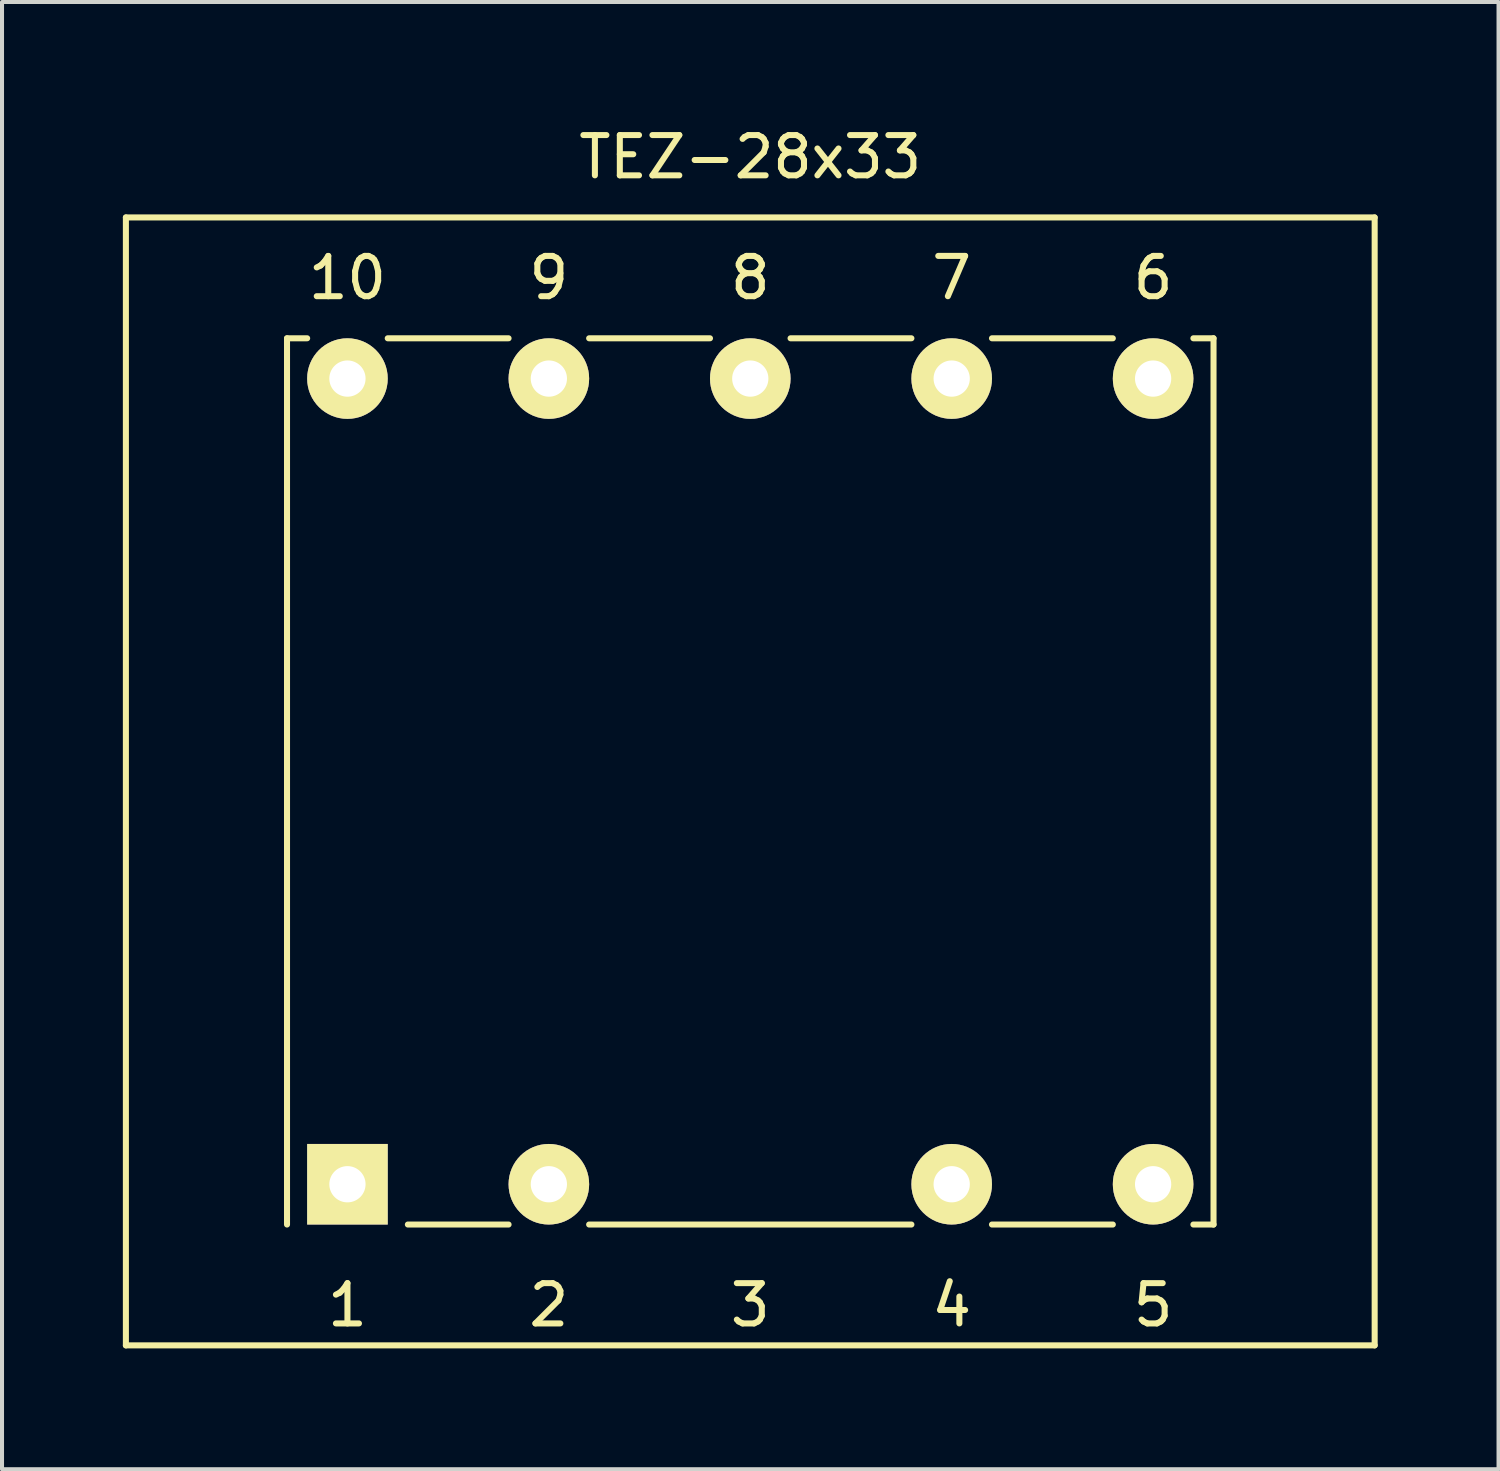
<source format=kicad_pcb>
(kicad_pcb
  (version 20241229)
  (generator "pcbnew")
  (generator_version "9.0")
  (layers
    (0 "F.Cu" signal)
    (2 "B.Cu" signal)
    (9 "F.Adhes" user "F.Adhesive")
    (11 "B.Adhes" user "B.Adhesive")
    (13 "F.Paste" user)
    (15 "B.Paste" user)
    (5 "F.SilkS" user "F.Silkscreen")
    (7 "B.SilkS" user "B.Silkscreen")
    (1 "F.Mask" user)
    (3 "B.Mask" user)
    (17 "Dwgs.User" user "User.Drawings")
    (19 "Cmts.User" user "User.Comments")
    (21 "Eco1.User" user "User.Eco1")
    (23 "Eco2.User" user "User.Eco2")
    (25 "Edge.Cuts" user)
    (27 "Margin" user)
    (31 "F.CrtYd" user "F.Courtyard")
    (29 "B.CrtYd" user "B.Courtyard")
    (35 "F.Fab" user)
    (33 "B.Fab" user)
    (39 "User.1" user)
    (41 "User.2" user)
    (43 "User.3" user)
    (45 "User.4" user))
  (footprint "TEZ-28x33"
    (layer "F.Cu")
    (at 15.575 16.348)
    (property "Reference" "TEZ-28x33" (at 0 -15.5 0) (layer "F.SilkS") (effects (font (size 1 1) (thickness 0.15))))
    (attr through_hole)
    (fp_line (start -15.5 -14) (end 15.5 -14) (stroke (width 0.15) (type solid)) (layer "F.SilkS"))
    (fp_line (start -15.5 14) (end -15.5 -14) (stroke (width 0.15) (type solid)) (layer "F.SilkS"))
    (fp_line (start -11.5 -11) (end -11.5 11) (stroke (width 0.15) (type solid)) (layer "F.SilkS"))
    (fp_line (start -11 -11) (end -11.5 -11) (stroke (width 0.15) (type solid)) (layer "F.SilkS"))
    (fp_line (start -8.5 11) (end -6 11) (stroke (width 0.15) (type solid)) (layer "F.SilkS"))
    (fp_line (start -6 -11) (end -9 -11) (stroke (width 0.15) (type solid)) (layer "F.SilkS"))
    (fp_line (start -4 11) (end 4 11) (stroke (width 0.15) (type solid)) (layer "F.SilkS"))
    (fp_line (start -1 -11) (end -4 -11) (stroke (width 0.15) (type solid)) (layer "F.SilkS"))
    (fp_line (start 4 -11) (end 1 -11) (stroke (width 0.15) (type solid)) (layer "F.SilkS"))
    (fp_line (start 6 11) (end 9 11) (stroke (width 0.15) (type solid)) (layer "F.SilkS"))
    (fp_line (start 9 -11) (end 6 -11) (stroke (width 0.15) (type solid)) (layer "F.SilkS"))
    (fp_line (start 11 11) (end 11.5 11) (stroke (width 0.15) (type solid)) (layer "F.SilkS"))
    (fp_line (start 11.5 -11) (end 11 -11) (stroke (width 0.15) (type solid)) (layer "F.SilkS"))
    (fp_line (start 11.5 11) (end 11.5 -11) (stroke (width 0.15) (type solid)) (layer "F.SilkS"))
    (fp_line (start 15.5 -14) (end 15.5 14) (stroke (width 0.15) (type solid)) (layer "F.SilkS"))
    (fp_line (start 15.5 14) (end -15.5 14) (stroke (width 0.15) (type solid)) (layer "F.SilkS"))
    (fp_text user "8" (at 0 -12.5 0) (layer "F.SilkS") (effects (font (size 1 1) (thickness 0.15))))
    (fp_text user "10" (at -10 -12.5 0) (layer "F.SilkS") (effects (font (size 1 1) (thickness 0.15))))
    (fp_text user "7" (at 5 -12.5 0) (layer "F.SilkS") (effects (font (size 1 1) (thickness 0.15))))
    (fp_text user "4" (at 5 13 0) (layer "F.SilkS") (effects (font (size 1 1) (thickness 0.15))))
    (fp_text user "1" (at -10 13 0) (layer "F.SilkS") (effects (font (size 1 1) (thickness 0.15))))
    (fp_text user "2" (at -5 13 0) (layer "F.SilkS") (effects (font (size 1 1) (thickness 0.15))))
    (fp_text user "5" (at 10 13 0) (layer "F.SilkS") (effects (font (size 1 1) (thickness 0.15))))
    (fp_text user "3" (at 0 13 0) (layer "F.SilkS") (effects (font (size 1 1) (thickness 0.15))))
    (fp_text user "9" (at -5 -12.5 0) (layer "F.SilkS") (effects (font (size 1 1) (thickness 0.15))))
    (fp_text user "6" (at 10 -12.5 0) (layer "F.SilkS") (effects (font (size 1 1) (thickness 0.15))))
    (pad "1" thru_hole rect (at -10 10) (size 2 2) (drill 0.9) (layers "*.Cu" "*.Mask" "F.SilkS"))
    (pad "2" thru_hole circle (at -5 10) (size 2 2) (drill 0.9) (layers "*.Cu" "*.Mask" "F.SilkS"))
    (pad "4" thru_hole circle (at 5 10) (size 2 2) (drill 0.9) (layers "*.Cu" "*.Mask" "F.SilkS"))
    (pad "5" thru_hole circle (at 10 10) (size 2 2) (drill 0.9) (layers "*.Cu" "*.Mask" "F.SilkS"))
    (pad "6" thru_hole circle (at 10 -10) (size 2 2) (drill 0.9) (layers "*.Cu" "*.Mask" "F.SilkS"))
    (pad "7" thru_hole circle (at 5 -10) (size 2 2) (drill 0.9) (layers "*.Cu" "*.Mask" "F.SilkS"))
    (pad "8" thru_hole circle (at 0 -10) (size 2 2) (drill 0.9) (layers "*.Cu" "*.Mask" "F.SilkS"))
    (pad "9" thru_hole circle (at -5 -10) (size 2 2) (drill 0.9) (layers "*.Cu" "*.Mask" "F.SilkS"))
    (pad "10" thru_hole circle (at -10 -10) (size 2 2) (drill 0.9) (layers "*.Cu" "*.Mask" "F.SilkS")))
  (gr_rect
    (start -3 -3)
    (end 34.15 33.423)
    (stroke (width 0.1) (type default))
    (fill no)
    (layer "Edge.Cuts")))
</source>
